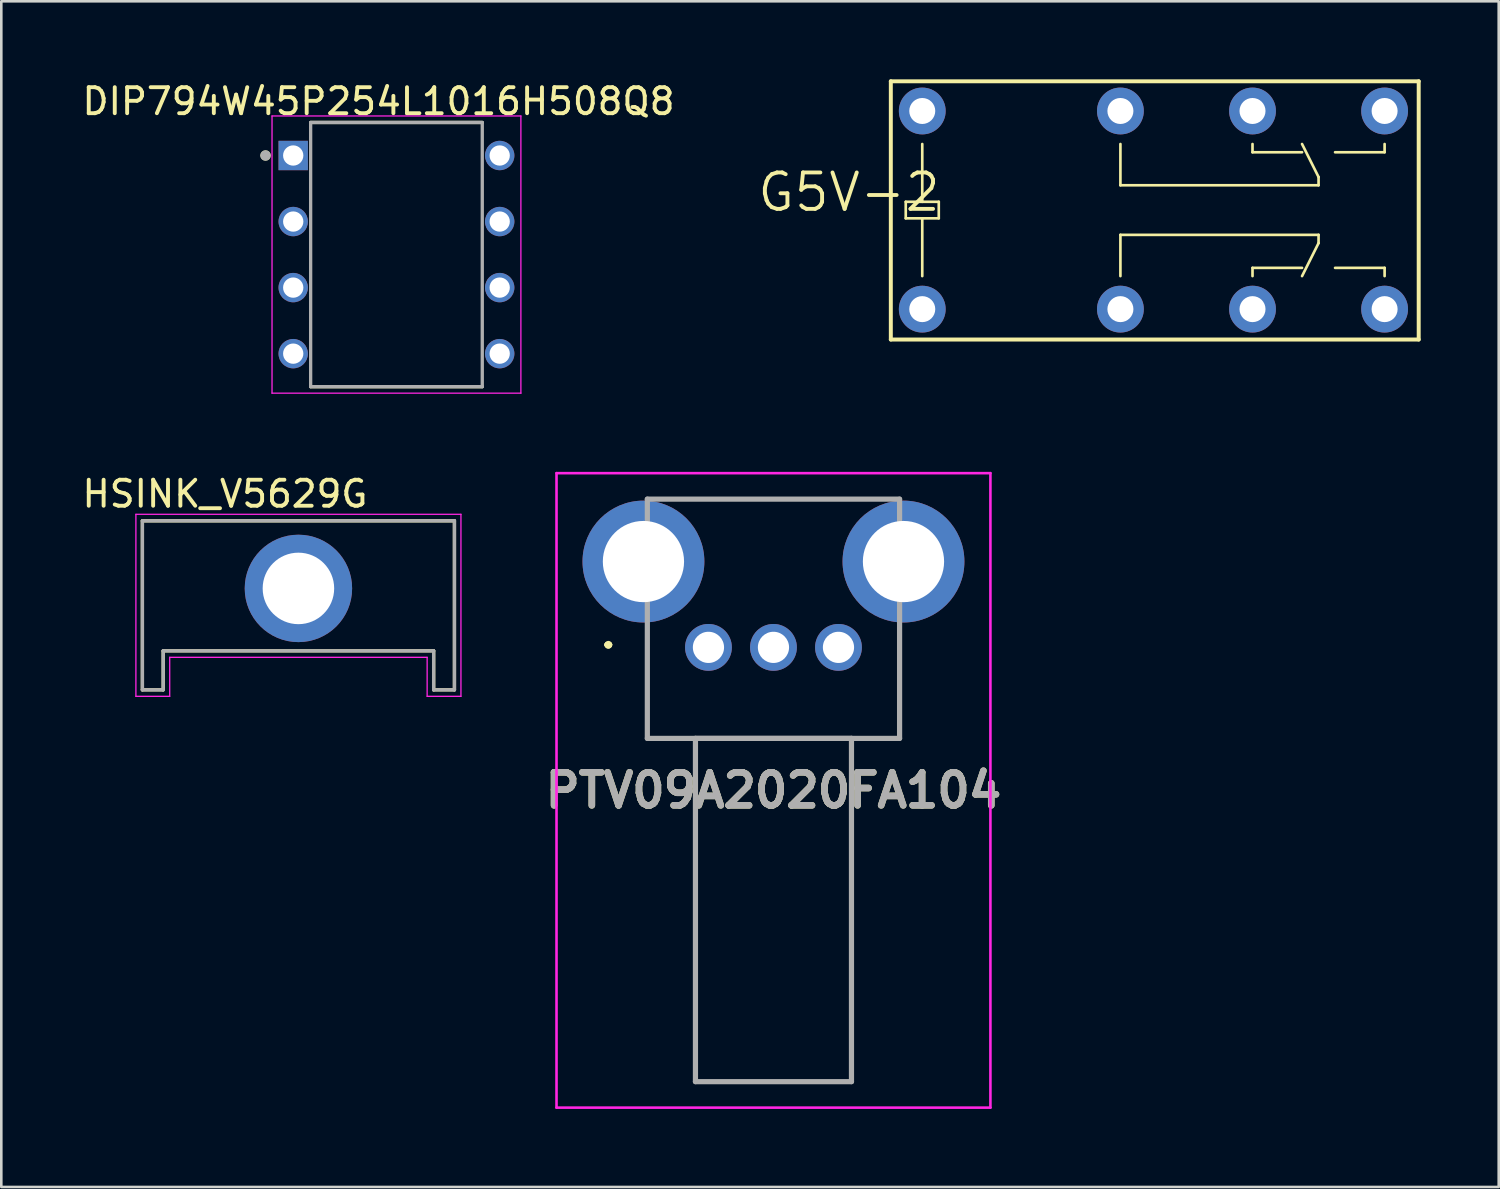
<source format=kicad_pcb>
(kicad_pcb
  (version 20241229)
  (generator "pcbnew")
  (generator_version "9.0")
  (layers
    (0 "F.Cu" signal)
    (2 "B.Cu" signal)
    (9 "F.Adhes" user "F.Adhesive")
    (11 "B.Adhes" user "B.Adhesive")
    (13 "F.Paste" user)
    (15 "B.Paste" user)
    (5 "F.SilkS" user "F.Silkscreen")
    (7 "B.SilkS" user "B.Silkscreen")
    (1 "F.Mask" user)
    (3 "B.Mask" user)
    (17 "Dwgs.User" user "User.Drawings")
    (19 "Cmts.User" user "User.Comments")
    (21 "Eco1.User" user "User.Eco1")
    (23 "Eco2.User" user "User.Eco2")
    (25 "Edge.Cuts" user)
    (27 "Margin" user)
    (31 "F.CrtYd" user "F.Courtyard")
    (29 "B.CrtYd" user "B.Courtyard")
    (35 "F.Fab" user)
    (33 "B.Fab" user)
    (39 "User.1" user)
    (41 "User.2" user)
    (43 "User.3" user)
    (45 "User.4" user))
  (footprint "HSINK_V5629G"
    (layer "F.Cu")
    (at 8.426 19.578)
    (property "Reference" "HSINK_V5629G" (at -2.825 -3.635 0) (layer "F.SilkS") (effects (font (size 1 1) (thickness 0.15))))
    (attr through_hole)
    (fp_line (start -6 -2.6) (end -6 3.9) (stroke (width 0.127) (type solid)) (layer "F.SilkS"))
    (fp_line (start -6 -2.6) (end 6 -2.6) (stroke (width 0.127) (type solid)) (layer "F.SilkS"))
    (fp_line (start -6 3.9) (end -5.2 3.9) (stroke (width 0.127) (type solid)) (layer "F.SilkS"))
    (fp_line (start -5.2 2.4) (end 5.2 2.4) (stroke (width 0.127) (type solid)) (layer "F.SilkS"))
    (fp_line (start -5.2 3.9) (end -5.2 2.4) (stroke (width 0.127) (type solid)) (layer "F.SilkS"))
    (fp_line (start 5.2 3.9) (end 5.2 2.4) (stroke (width 0.127) (type solid)) (layer "F.SilkS"))
    (fp_line (start 6 -2.6) (end 6 3.9) (stroke (width 0.127) (type solid)) (layer "F.SilkS"))
    (fp_line (start 6 3.9) (end 5.2 3.9) (stroke (width 0.127) (type solid)) (layer "F.SilkS"))
    (fp_line (start -6.25 -2.85) (end 6.25 -2.85) (stroke (width 0.05) (type solid)) (layer "F.CrtYd"))
    (fp_line (start -6.25 4.15) (end -6.25 -2.85) (stroke (width 0.05) (type solid)) (layer "F.CrtYd"))
    (fp_line (start -4.95 2.65) (end -4.95 4.15) (stroke (width 0.05) (type solid)) (layer "F.CrtYd"))
    (fp_line (start -4.95 4.15) (end -6.25 4.15) (stroke (width 0.05) (type solid)) (layer "F.CrtYd"))
    (fp_line (start 4.95 2.65) (end -4.95 2.65) (stroke (width 0.05) (type solid)) (layer "F.CrtYd"))
    (fp_line (start 4.95 4.15) (end 4.95 2.65) (stroke (width 0.05) (type solid)) (layer "F.CrtYd"))
    (fp_line (start 6.25 -2.85) (end 6.25 4.15) (stroke (width 0.05) (type solid)) (layer "F.CrtYd"))
    (fp_line (start 6.25 4.15) (end 4.95 4.15) (stroke (width 0.05) (type solid)) (layer "F.CrtYd"))
    (fp_line (start -6 -2.6) (end -6 3.9) (stroke (width 0.127) (type solid)) (layer "F.Fab"))
    (fp_line (start -6 -2.6) (end 6 -2.6) (stroke (width 0.127) (type solid)) (layer "F.Fab"))
    (fp_line (start -6 3.9) (end -5.2 3.9) (stroke (width 0.127) (type solid)) (layer "F.Fab"))
    (fp_line (start -5.2 2.4) (end 5.2 2.4) (stroke (width 0.127) (type solid)) (layer "F.Fab"))
    (fp_line (start -5.2 3.9) (end -5.2 2.4) (stroke (width 0.127) (type solid)) (layer "F.Fab"))
    (fp_line (start 5.2 3.9) (end 5.2 2.4) (stroke (width 0.127) (type solid)) (layer "F.Fab"))
    (fp_line (start 6 -2.6) (end 6 3.9) (stroke (width 0.127) (type solid)) (layer "F.Fab"))
    (fp_line (start 6 3.9) (end 5.2 3.9) (stroke (width 0.127) (type solid)) (layer "F.Fab"))
    (pad "1" thru_hole circle (at 0 0) (size 4.13 4.13) (drill 2.75) (layers "*.Cu" "*.Mask")))
  (footprint "PTV09A2020FA104"
    (layer "F.Cu")
    (at 24.194 21.845)
    (property "Reference" "PTV09A2020FA104" (at 2.5 5.5 0) (layer "F.SilkS") (effects (font (size 1.27 1.27) (thickness 0.254))))
    (attr through_hole)
    (fp_line (start -3.9 -0.1) (end -3.9 -0.1) (stroke (width 0.2) (type solid)) (layer "F.SilkS"))
    (fp_line (start -3.9 -0.1) (end -3.9 -0.1) (stroke (width 0.2) (type solid)) (layer "F.SilkS"))
    (fp_line (start -3.8 -0.1) (end -3.8 -0.1) (stroke (width 0.2) (type solid)) (layer "F.SilkS"))
    (fp_line (start -2.35 0) (end -2.35 0) (stroke (width 0.1) (type solid)) (layer "F.SilkS"))
    (fp_line (start -2.35 0) (end -2.35 3.5) (stroke (width 0.1) (type solid)) (layer "F.SilkS"))
    (fp_line (start -2.35 3.5) (end -2.35 0) (stroke (width 0.1) (type solid)) (layer "F.SilkS"))
    (fp_line (start -2.35 3.5) (end -2.35 3.5) (stroke (width 0.1) (type solid)) (layer "F.SilkS"))
    (fp_line (start -2.35 3.5) (end -2.35 3.5) (stroke (width 0.1) (type solid)) (layer "F.SilkS"))
    (fp_line (start -2.35 3.5) (end -0.75 3.5) (stroke (width 0.1) (type solid)) (layer "F.SilkS"))
    (fp_line (start -0.75 3.5) (end -2.35 3.5) (stroke (width 0.1) (type solid)) (layer "F.SilkS"))
    (fp_line (start -0.75 3.5) (end -0.75 3.5) (stroke (width 0.1) (type solid)) (layer "F.SilkS"))
    (fp_line (start -0.75 3.5) (end -0.75 3.5) (stroke (width 0.1) (type solid)) (layer "F.SilkS"))
    (fp_line (start -0.75 3.5) (end -0.5 3.5) (stroke (width 0.1) (type solid)) (layer "F.SilkS"))
    (fp_line (start -0.5 3.5) (end -0.75 3.5) (stroke (width 0.1) (type solid)) (layer "F.SilkS"))
    (fp_line (start -0.5 3.5) (end -0.5 3.5) (stroke (width 0.1) (type solid)) (layer "F.SilkS"))
    (fp_line (start -0.5 3.5) (end 5.5 3.5) (stroke (width 0.1) (type solid)) (layer "F.SilkS"))
    (fp_line (start -0.5 16.7) (end -0.5 3.5) (stroke (width 0.1) (type solid)) (layer "F.SilkS"))
    (fp_line (start 0.75 -5.7) (end 0.75 -5.7) (stroke (width 0.1) (type solid)) (layer "F.SilkS"))
    (fp_line (start 0.75 -5.7) (end 4.5 -5.7) (stroke (width 0.1) (type solid)) (layer "F.SilkS"))
    (fp_line (start 4.5 -5.7) (end 0.75 -5.7) (stroke (width 0.1) (type solid)) (layer "F.SilkS"))
    (fp_line (start 4.5 -5.7) (end 4.5 -5.7) (stroke (width 0.1) (type solid)) (layer "F.SilkS"))
    (fp_line (start 5.5 3.5) (end 5.5 3.5) (stroke (width 0.1) (type solid)) (layer "F.SilkS"))
    (fp_line (start 5.5 3.5) (end 5.5 16.7) (stroke (width 0.1) (type solid)) (layer "F.SilkS"))
    (fp_line (start 5.5 3.5) (end 7.35 3.5) (stroke (width 0.1) (type solid)) (layer "F.SilkS"))
    (fp_line (start 5.5 16.7) (end -0.5 16.7) (stroke (width 0.1) (type solid)) (layer "F.SilkS"))
    (fp_line (start 7.35 0) (end 7.35 0) (stroke (width 0.1) (type solid)) (layer "F.SilkS"))
    (fp_line (start 7.35 0) (end 7.35 3.5) (stroke (width 0.1) (type solid)) (layer "F.SilkS"))
    (fp_line (start 7.35 3.5) (end 5.5 3.5) (stroke (width 0.1) (type solid)) (layer "F.SilkS"))
    (fp_line (start 7.35 3.5) (end 7.35 0) (stroke (width 0.1) (type solid)) (layer "F.SilkS"))
    (fp_line (start 7.35 3.5) (end 7.35 3.5) (stroke (width 0.1) (type solid)) (layer "F.SilkS"))
    (fp_line (start 7.35 3.5) (end 7.35 3.5) (stroke (width 0.1) (type solid)) (layer "F.SilkS"))
    (fp_arc (start -3.9 -0.1) (mid -3.85 -0.15) (end -3.8 -0.1) (stroke (width 0.2) (type solid)) (layer "F.SilkS"))
    (fp_arc (start -3.8 -0.1) (mid -3.85 -0.05) (end -3.9 -0.1) (stroke (width 0.2) (type solid)) (layer "F.SilkS"))
    (fp_arc (start -3.8 -0.1) (mid -3.85 -0.05) (end -3.9 -0.1) (stroke (width 0.2) (type solid)) (layer "F.SilkS"))
    (fp_line (start -5.843 -6.7) (end 10.843 -6.7) (stroke (width 0.1) (type solid)) (layer "F.CrtYd"))
    (fp_line (start -5.843 17.7) (end -5.843 -6.7) (stroke (width 0.1) (type solid)) (layer "F.CrtYd"))
    (fp_line (start 10.843 -6.7) (end 10.843 17.7) (stroke (width 0.1) (type solid)) (layer "F.CrtYd"))
    (fp_line (start 10.843 17.7) (end -5.843 17.7) (stroke (width 0.1) (type solid)) (layer "F.CrtYd"))
    (fp_line (start -2.35 -5.7) (end -2.35 3.5) (stroke (width 0.2) (type solid)) (layer "F.Fab"))
    (fp_line (start -2.35 3.5) (end 7.35 3.5) (stroke (width 0.2) (type solid)) (layer "F.Fab"))
    (fp_line (start -0.5 3.5) (end 5.5 3.5) (stroke (width 0.2) (type solid)) (layer "F.Fab"))
    (fp_line (start -0.5 16.7) (end -0.5 3.5) (stroke (width 0.2) (type solid)) (layer "F.Fab"))
    (fp_line (start 5.5 3.5) (end 5.5 16.7) (stroke (width 0.2) (type solid)) (layer "F.Fab"))
    (fp_line (start 5.5 16.7) (end -0.5 16.7) (stroke (width 0.2) (type solid)) (layer "F.Fab"))
    (fp_line (start 7.35 -5.7) (end -2.35 -5.7) (stroke (width 0.2) (type solid)) (layer "F.Fab"))
    (fp_line (start 7.35 3.5) (end 7.35 -5.7) (stroke (width 0.2) (type solid)) (layer "F.Fab"))
    (fp_text user "${REFERENCE}" (at 2.5 5.5 0) (layer "F.Fab") (effects (font (size 1.27 1.27) (thickness 0.254))))
    (pad "1" thru_hole circle (at 0 0) (size 1.8 1.8) (drill 1.2) (layers "*.Cu" "*.Mask"))
    (pad "2" thru_hole circle (at 2.5 0) (size 1.8 1.8) (drill 1.2) (layers "*.Cu" "*.Mask"))
    (pad "3" thru_hole circle (at 5 0) (size 1.8 1.8) (drill 1.2) (layers "*.Cu" "*.Mask"))
    (pad "MH1" thru_hole circle (at -2.5 -3.3) (size 4.686 4.686) (drill 3.124) (layers "*.Cu" "*.Mask"))
    (pad "MH2" thru_hole circle (at 7.5 -3.3) (size 4.686 4.686) (drill 3.124) (layers "*.Cu" "*.Mask")))
  (footprint "G5V-2"
    (layer "F.Cu")
    (at 41.306 5.028)
    (property "Reference" "G5V-2" (at -11.709 -0.686 180) (layer "F.SilkS") (effects (font (size 1.4 1.4) (thickness 0.15))))
    (attr through_hole)
    (fp_line (start -10.099 4.979) (end -10.099 -4.952) (stroke (width 0.152) (type solid)) (layer "F.SilkS"))
    (fp_line (start -10.099 4.979) (end 10.201 4.979) (stroke (width 0.152) (type solid)) (layer "F.SilkS"))
    (fp_line (start -9.525 -0.318) (end -9.525 0.318) (stroke (width 0.102) (type solid)) (layer "F.SilkS"))
    (fp_line (start -9.525 0.318) (end -8.89 0.318) (stroke (width 0.102) (type solid)) (layer "F.SilkS"))
    (fp_line (start -8.89 -2.54) (end -8.89 -0.318) (stroke (width 0.102) (type solid)) (layer "F.SilkS"))
    (fp_line (start -8.89 -0.318) (end -9.525 -0.318) (stroke (width 0.102) (type solid)) (layer "F.SilkS"))
    (fp_line (start -8.89 0.318) (end -8.89 2.54) (stroke (width 0.102) (type solid)) (layer "F.SilkS"))
    (fp_line (start -8.89 0.318) (end -8.255 0.318) (stroke (width 0.102) (type solid)) (layer "F.SilkS"))
    (fp_line (start -8.255 -0.318) (end -8.89 -0.318) (stroke (width 0.102) (type solid)) (layer "F.SilkS"))
    (fp_line (start -8.255 0.318) (end -8.255 -0.318) (stroke (width 0.102) (type solid)) (layer "F.SilkS"))
    (fp_line (start -1.27 -2.54) (end -1.27 -0.953) (stroke (width 0.102) (type solid)) (layer "F.SilkS"))
    (fp_line (start -1.27 -0.953) (end 6.35 -0.953) (stroke (width 0.102) (type solid)) (layer "F.SilkS"))
    (fp_line (start -1.27 0.953) (end 6.35 0.953) (stroke (width 0.102) (type solid)) (layer "F.SilkS"))
    (fp_line (start -1.27 2.54) (end -1.27 0.953) (stroke (width 0.102) (type solid)) (layer "F.SilkS"))
    (fp_line (start 3.81 -2.223) (end 3.81 -2.54) (stroke (width 0.102) (type solid)) (layer "F.SilkS"))
    (fp_line (start 3.81 2.223) (end 3.81 2.54) (stroke (width 0.102) (type solid)) (layer "F.SilkS"))
    (fp_line (start 5.715 -2.223) (end 3.81 -2.223) (stroke (width 0.102) (type solid)) (layer "F.SilkS"))
    (fp_line (start 5.715 2.223) (end 3.81 2.223) (stroke (width 0.102) (type solid)) (layer "F.SilkS"))
    (fp_line (start 6.35 -1.27) (end 5.715 -2.54) (stroke (width 0.102) (type solid)) (layer "F.SilkS"))
    (fp_line (start 6.35 -0.953) (end 6.35 -1.27) (stroke (width 0.102) (type solid)) (layer "F.SilkS"))
    (fp_line (start 6.35 0.953) (end 6.35 1.27) (stroke (width 0.102) (type solid)) (layer "F.SilkS"))
    (fp_line (start 6.35 1.27) (end 5.715 2.54) (stroke (width 0.102) (type solid)) (layer "F.SilkS"))
    (fp_line (start 6.985 -2.223) (end 8.89 -2.223) (stroke (width 0.102) (type solid)) (layer "F.SilkS"))
    (fp_line (start 6.985 2.223) (end 8.89 2.223) (stroke (width 0.102) (type solid)) (layer "F.SilkS"))
    (fp_line (start 8.89 -2.223) (end 8.89 -2.54) (stroke (width 0.102) (type solid)) (layer "F.SilkS"))
    (fp_line (start 8.89 2.223) (end 8.89 2.54) (stroke (width 0.102) (type solid)) (layer "F.SilkS"))
    (fp_line (start 10.201 -4.952) (end -10.099 -4.952) (stroke (width 0.152) (type solid)) (layer "F.SilkS"))
    (fp_line (start 10.201 4.979) (end 10.201 -4.952) (stroke (width 0.152) (type solid)) (layer "F.SilkS"))
    (pad "1" thru_hole circle (at -8.89 3.81) (size 1.8 1.8) (drill 1) (layers "*.Cu" "*.Mask"))
    (pad "4" thru_hole circle (at -1.27 3.81) (size 1.8 1.8) (drill 1) (layers "*.Cu" "*.Mask"))
    (pad "6" thru_hole circle (at 3.81 3.81) (size 1.8 1.8) (drill 1) (layers "*.Cu" "*.Mask"))
    (pad "8" thru_hole circle (at 8.89 3.81) (size 1.8 1.8) (drill 1) (layers "*.Cu" "*.Mask"))
    (pad "9" thru_hole circle (at 8.89 -3.81) (size 1.8 1.8) (drill 1) (layers "*.Cu" "*.Mask"))
    (pad "11" thru_hole circle (at 3.81 -3.81) (size 1.8 1.8) (drill 1) (layers "*.Cu" "*.Mask"))
    (pad "13" thru_hole circle (at -1.27 -3.81) (size 1.8 1.8) (drill 1) (layers "*.Cu" "*.Mask"))
    (pad "16" thru_hole circle (at -8.89 -3.81) (size 1.8 1.8) (drill 1) (layers "*.Cu" "*.Mask")))
  (footprint "DIP794W45P254L1016H508Q8"
    (layer "F.Cu")
    (at 12.196 6.74)
    (property "Reference" "DIP794W45P254L1016H508Q8" (at -0.69 -5.892 0) (layer "F.SilkS") (effects (font (size 1 1) (thickness 0.15))))
    (attr through_hole)
    (fp_line (start -3.3 -5.08) (end 3.3 -5.08) (stroke (width 0.127) (type solid)) (layer "F.SilkS"))
    (fp_line (start -3.3 5.08) (end 3.3 5.08) (stroke (width 0.127) (type solid)) (layer "F.SilkS"))
    (fp_circle (center -5.035 -3.81) (end -4.935 -3.81) (stroke (width 0.2) (type solid)) (fill no) (layer "F.SilkS"))
    (fp_line (start -4.785 -5.33) (end -4.785 5.33) (stroke (width 0.05) (type solid)) (layer "F.CrtYd"))
    (fp_line (start 4.785 -5.33) (end -4.785 -5.33) (stroke (width 0.05) (type solid)) (layer "F.CrtYd"))
    (fp_line (start 4.785 -5.33) (end 4.785 5.33) (stroke (width 0.05) (type solid)) (layer "F.CrtYd"))
    (fp_line (start 4.785 5.33) (end -4.785 5.33) (stroke (width 0.05) (type solid)) (layer "F.CrtYd"))
    (fp_line (start -3.3 -5.08) (end -3.3 5.08) (stroke (width 0.127) (type solid)) (layer "F.Fab"))
    (fp_line (start -3.3 -5.08) (end 3.3 -5.08) (stroke (width 0.127) (type solid)) (layer "F.Fab"))
    (fp_line (start -3.3 5.08) (end 3.3 5.08) (stroke (width 0.127) (type solid)) (layer "F.Fab"))
    (fp_line (start 3.3 -5.08) (end 3.3 5.08) (stroke (width 0.127) (type solid)) (layer "F.Fab"))
    (fp_circle (center -5.035 -3.81) (end -4.935 -3.81) (stroke (width 0.2) (type solid)) (fill no) (layer "F.Fab"))
    (pad "1" thru_hole rect (at -3.97 -3.81) (size 1.13 1.13) (drill 0.78) (layers "*.Cu" "*.Mask"))
    (pad "2" thru_hole circle (at -3.97 -1.27) (size 1.13 1.13) (drill 0.78) (layers "*.Cu" "*.Mask"))
    (pad "3" thru_hole circle (at -3.97 1.27) (size 1.13 1.13) (drill 0.78) (layers "*.Cu" "*.Mask"))
    (pad "4" thru_hole circle (at -3.97 3.81) (size 1.13 1.13) (drill 0.78) (layers "*.Cu" "*.Mask"))
    (pad "5" thru_hole circle (at 3.97 3.81) (size 1.13 1.13) (drill 0.78) (layers "*.Cu" "*.Mask"))
    (pad "6" thru_hole circle (at 3.97 1.27) (size 1.13 1.13) (drill 0.78) (layers "*.Cu" "*.Mask"))
    (pad "7" thru_hole circle (at 3.97 -1.27) (size 1.13 1.13) (drill 0.78) (layers "*.Cu" "*.Mask"))
    (pad "8" thru_hole circle (at 3.97 -3.81) (size 1.13 1.13) (drill 0.78) (layers "*.Cu" "*.Mask")))
  (gr_rect
    (start -3 -3)
    (end 54.584 42.595)
    (stroke (width 0.1) (type default))
    (fill no)
    (layer "Edge.Cuts")))
</source>
